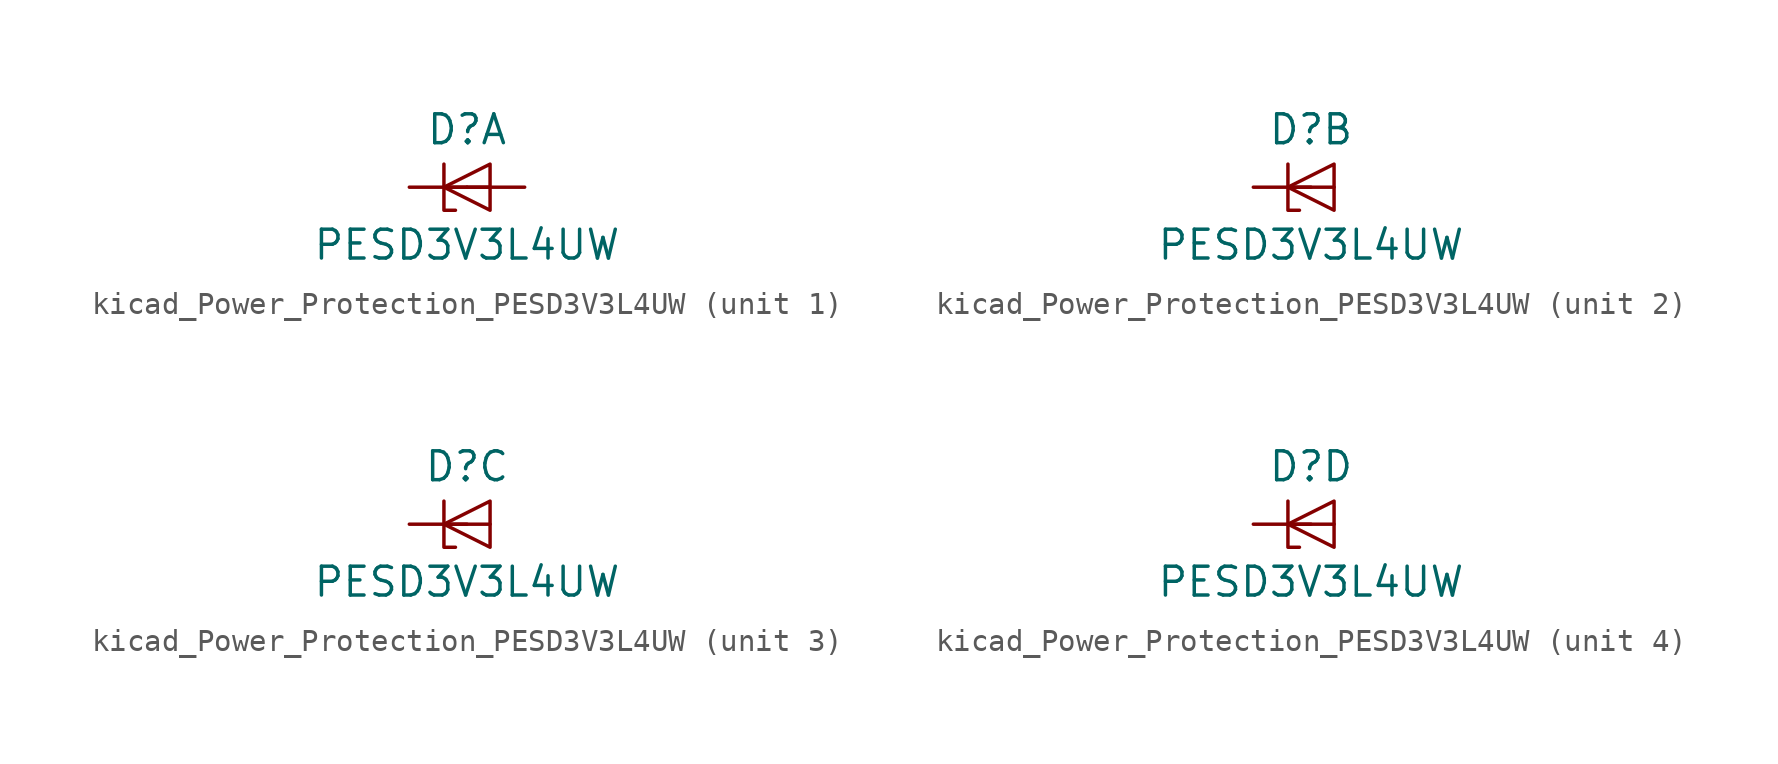
<source format=kicad_sym>
(kicad_symbol_lib
  (version 20220914)
  (generator kicad_symbol_editor)
  (symbol "kicad_Power_Protection_PESD3V3L4UW"
    (pin_numbers hide)
    (pin_names hide)
    (property "Reference" "D"
      (at 0 2.54 0)
      (effects (font (size 1.27 1.27))))
    (property "Value" "PESD3V3L4UW"
      (at 0 -2.54 0)
      (effects (font (size 1.27 1.27))))
    (property "ki_locked" ""
      (at 0 0 0)
      (effects (font (size 1.27 1.27))))
    (symbol "kicad_Power_Protection_PESD3V3L4UW_0_1"
      (polyline (pts (xy -1.016 0) (xy 1.016 0)) (stroke (width 0) (type default)) (fill (type none)))
      (polyline (pts (xy -1.016 1.016) (xy -1.016 -1.016) (xy -0.508 -1.016)) (stroke (width 0) (type default)) (fill (type none)))
      (polyline (pts (xy 1.016 1.016) (xy -1.016 0) (xy 1.016 -1.016) (xy 1.016 1.016)) (stroke (width 0) (type default)) (fill (type none))))
    (symbol "kicad_Power_Protection_PESD3V3L4UW_1_1"
      (pin passive line (at -2.54 0 0) (length 2.54) (name "K1" (effects (font (size 1.27 1.27)))) (number "1" (effects (font (size 1.27 1.27)))))
      (pin passive line (at 2.54 0 180) (length 2.54) (name "A" (effects (font (size 1.27 1.27)))) (number "2" (effects (font (size 1.27 1.27))))))
    (symbol "kicad_Power_Protection_PESD3V3L4UW_2_1"
      (pin passive line (at -2.54 0 0) (length 2.54) (name "K2" (effects (font (size 1.27 1.27)))) (number "3" (effects (font (size 1.27 1.27))))))
    (symbol "kicad_Power_Protection_PESD3V3L4UW_3_1"
      (pin passive line (at -2.54 0 0) (length 2.54) (name "K3" (effects (font (size 1.27 1.27)))) (number "4" (effects (font (size 1.27 1.27))))))
    (symbol "kicad_Power_Protection_PESD3V3L4UW_4_1"
      (pin passive line (at -2.54 0 0) (length 2.54) (name "K4" (effects (font (size 1.27 1.27)))) (number "5" (effects (font (size 1.27 1.27))))))))
</source>
